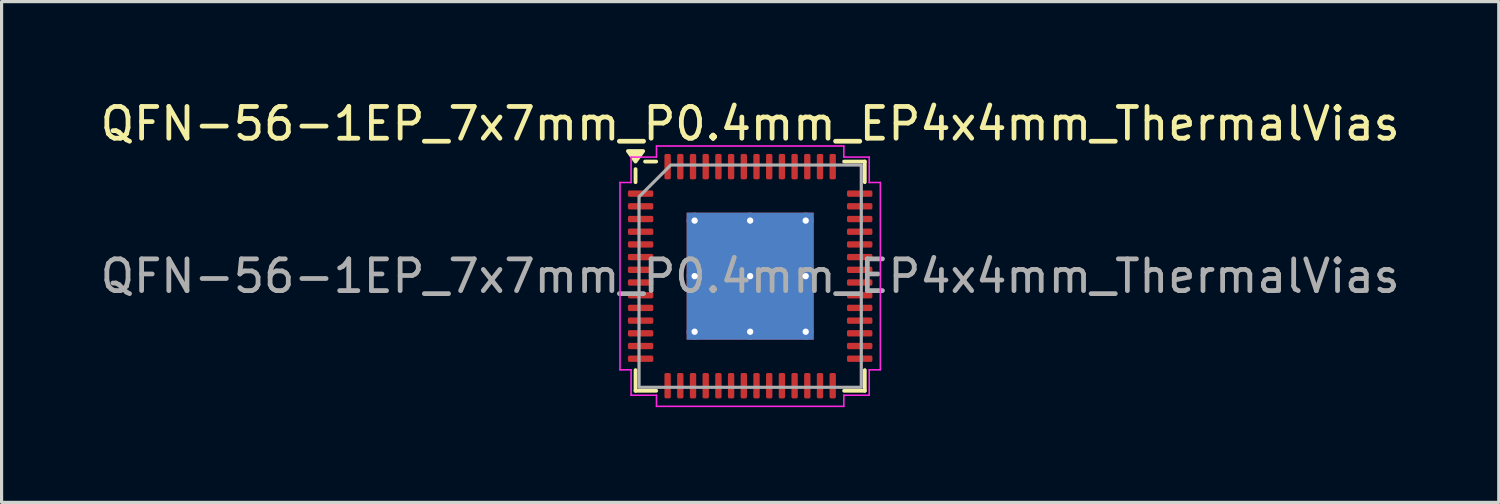
<source format=kicad_pcb>
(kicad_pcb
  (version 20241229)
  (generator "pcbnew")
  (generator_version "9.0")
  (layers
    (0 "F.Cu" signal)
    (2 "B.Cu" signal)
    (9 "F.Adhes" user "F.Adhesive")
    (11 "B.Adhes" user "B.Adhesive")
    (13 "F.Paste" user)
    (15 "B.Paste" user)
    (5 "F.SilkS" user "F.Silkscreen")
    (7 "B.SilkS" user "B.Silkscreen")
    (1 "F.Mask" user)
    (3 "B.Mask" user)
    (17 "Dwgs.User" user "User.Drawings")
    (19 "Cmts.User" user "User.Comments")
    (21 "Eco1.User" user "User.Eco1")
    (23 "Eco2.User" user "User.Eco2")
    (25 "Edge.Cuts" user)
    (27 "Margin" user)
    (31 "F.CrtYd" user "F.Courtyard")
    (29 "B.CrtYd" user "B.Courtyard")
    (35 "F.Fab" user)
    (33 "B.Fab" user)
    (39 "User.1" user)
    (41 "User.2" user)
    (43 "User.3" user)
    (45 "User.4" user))
  (footprint "QFN-56-1EP_7x7mm_P0.4mm_EP4x4mm_ThermalVias"
    (layer "F.Cu")
    (at 20.577 5.648)
    (property "Reference" "QFN-56-1EP_7x7mm_P0.4mm_EP4x4mm_ThermalVias" (at 0 -4.8 0) (layer "F.SilkS") (effects (font (size 1 1) (thickness 0.15))))
    (attr smd)
    (fp_line (start -3.61 -2.96) (end -3.61 -3.37) (stroke (width 0.12) (type solid)) (layer "F.SilkS"))
    (fp_line (start -3.61 3.61) (end -3.61 2.96) (stroke (width 0.12) (type solid)) (layer "F.SilkS"))
    (fp_line (start -2.96 -3.61) (end -3.31 -3.61) (stroke (width 0.12) (type solid)) (layer "F.SilkS"))
    (fp_line (start -2.96 3.61) (end -3.61 3.61) (stroke (width 0.12) (type solid)) (layer "F.SilkS"))
    (fp_line (start 2.96 -3.61) (end 3.61 -3.61) (stroke (width 0.12) (type solid)) (layer "F.SilkS"))
    (fp_line (start 2.96 3.61) (end 3.61 3.61) (stroke (width 0.12) (type solid)) (layer "F.SilkS"))
    (fp_line (start 3.61 -3.61) (end 3.61 -2.96) (stroke (width 0.12) (type solid)) (layer "F.SilkS"))
    (fp_line (start 3.61 3.61) (end 3.61 2.96) (stroke (width 0.12) (type solid)) (layer "F.SilkS"))
    (fp_poly (pts (xy -3.61 -3.61) (xy -3.85 -3.94) (xy -3.37 -3.94)) (stroke (width 0.12) (type solid)) (fill yes) (layer "F.SilkS"))
    (fp_line (start -4.1 -2.95) (end -3.75 -2.95) (stroke (width 0.05) (type solid)) (layer "F.CrtYd"))
    (fp_line (start -4.1 2.95) (end -4.1 -2.95) (stroke (width 0.05) (type solid)) (layer "F.CrtYd"))
    (fp_line (start -3.75 -3.75) (end -2.95 -3.75) (stroke (width 0.05) (type solid)) (layer "F.CrtYd"))
    (fp_line (start -3.75 -2.95) (end -3.75 -3.75) (stroke (width 0.05) (type solid)) (layer "F.CrtYd"))
    (fp_line (start -3.75 2.95) (end -4.1 2.95) (stroke (width 0.05) (type solid)) (layer "F.CrtYd"))
    (fp_line (start -3.75 3.75) (end -3.75 2.95) (stroke (width 0.05) (type solid)) (layer "F.CrtYd"))
    (fp_line (start -2.95 -4.1) (end 2.95 -4.1) (stroke (width 0.05) (type solid)) (layer "F.CrtYd"))
    (fp_line (start -2.95 -3.75) (end -2.95 -4.1) (stroke (width 0.05) (type solid)) (layer "F.CrtYd"))
    (fp_line (start -2.95 3.75) (end -3.75 3.75) (stroke (width 0.05) (type solid)) (layer "F.CrtYd"))
    (fp_line (start -2.95 4.1) (end -2.95 3.75) (stroke (width 0.05) (type solid)) (layer "F.CrtYd"))
    (fp_line (start 2.95 -4.1) (end 2.95 -3.75) (stroke (width 0.05) (type solid)) (layer "F.CrtYd"))
    (fp_line (start 2.95 -3.75) (end 3.75 -3.75) (stroke (width 0.05) (type solid)) (layer "F.CrtYd"))
    (fp_line (start 2.95 3.75) (end 2.95 4.1) (stroke (width 0.05) (type solid)) (layer "F.CrtYd"))
    (fp_line (start 2.95 4.1) (end -2.95 4.1) (stroke (width 0.05) (type solid)) (layer "F.CrtYd"))
    (fp_line (start 3.75 -3.75) (end 3.75 -2.95) (stroke (width 0.05) (type solid)) (layer "F.CrtYd"))
    (fp_line (start 3.75 -2.95) (end 4.1 -2.95) (stroke (width 0.05) (type solid)) (layer "F.CrtYd"))
    (fp_line (start 3.75 2.95) (end 3.75 3.75) (stroke (width 0.05) (type solid)) (layer "F.CrtYd"))
    (fp_line (start 3.75 3.75) (end 2.95 3.75) (stroke (width 0.05) (type solid)) (layer "F.CrtYd"))
    (fp_line (start 4.1 -2.95) (end 4.1 2.95) (stroke (width 0.05) (type solid)) (layer "F.CrtYd"))
    (fp_line (start 4.1 2.95) (end 3.75 2.95) (stroke (width 0.05) (type solid)) (layer "F.CrtYd"))
    (fp_poly (pts (xy -3.5 -2.5) (xy -3.5 3.5) (xy 3.5 3.5) (xy 3.5 -3.5) (xy -2.5 -3.5)) (stroke (width 0.1) (type solid)) (fill no) (layer "F.Fab"))
    (fp_text user "${REFERENCE}" (at 0 0 0) (layer "F.Fab") (effects (font (size 1 1) (thickness 0.15))))
    (pad "" smd roundrect (at -1.33 -1.33) (size 1.03 1.03) (layers "F.Paste") (roundrect_rratio 0.243))
    (pad "" smd roundrect (at -1.33 0) (size 1.03 1.03) (layers "F.Paste") (roundrect_rratio 0.243))
    (pad "" smd roundrect (at -1.33 1.33) (size 1.03 1.03) (layers "F.Paste") (roundrect_rratio 0.243))
    (pad "" smd roundrect (at 0 -1.33) (size 1.03 1.03) (layers "F.Paste") (roundrect_rratio 0.243))
    (pad "" smd roundrect (at 0 0) (size 1.03 1.03) (layers "F.Paste") (roundrect_rratio 0.243))
    (pad "" smd roundrect (at 0 1.33) (size 1.03 1.03) (layers "F.Paste") (roundrect_rratio 0.243))
    (pad "" smd roundrect (at 1.33 -1.33) (size 1.03 1.03) (layers "F.Paste") (roundrect_rratio 0.243))
    (pad "" smd roundrect (at 1.33 0) (size 1.03 1.03) (layers "F.Paste") (roundrect_rratio 0.243))
    (pad "" smd roundrect (at 1.33 1.33) (size 1.03 1.03) (layers "F.Paste") (roundrect_rratio 0.243))
    (pad "1" smd roundrect (at -3.45 -2.6) (size 0.8 0.2) (layers "F.Cu" "F.Mask" "F.Paste") (roundrect_rratio 0.25))
    (pad "2" smd roundrect (at -3.45 -2.2) (size 0.8 0.2) (layers "F.Cu" "F.Mask" "F.Paste") (roundrect_rratio 0.25))
    (pad "3" smd roundrect (at -3.45 -1.8) (size 0.8 0.2) (layers "F.Cu" "F.Mask" "F.Paste") (roundrect_rratio 0.25))
    (pad "4" smd roundrect (at -3.45 -1.4) (size 0.8 0.2) (layers "F.Cu" "F.Mask" "F.Paste") (roundrect_rratio 0.25))
    (pad "5" smd roundrect (at -3.45 -1) (size 0.8 0.2) (layers "F.Cu" "F.Mask" "F.Paste") (roundrect_rratio 0.25))
    (pad "6" smd roundrect (at -3.45 -0.6) (size 0.8 0.2) (layers "F.Cu" "F.Mask" "F.Paste") (roundrect_rratio 0.25))
    (pad "7" smd roundrect (at -3.45 -0.2) (size 0.8 0.2) (layers "F.Cu" "F.Mask" "F.Paste") (roundrect_rratio 0.25))
    (pad "8" smd roundrect (at -3.45 0.2) (size 0.8 0.2) (layers "F.Cu" "F.Mask" "F.Paste") (roundrect_rratio 0.25))
    (pad "9" smd roundrect (at -3.45 0.6) (size 0.8 0.2) (layers "F.Cu" "F.Mask" "F.Paste") (roundrect_rratio 0.25))
    (pad "10" smd roundrect (at -3.45 1) (size 0.8 0.2) (layers "F.Cu" "F.Mask" "F.Paste") (roundrect_rratio 0.25))
    (pad "11" smd roundrect (at -3.45 1.4) (size 0.8 0.2) (layers "F.Cu" "F.Mask" "F.Paste") (roundrect_rratio 0.25))
    (pad "12" smd roundrect (at -3.45 1.8) (size 0.8 0.2) (layers "F.Cu" "F.Mask" "F.Paste") (roundrect_rratio 0.25))
    (pad "13" smd roundrect (at -3.45 2.2) (size 0.8 0.2) (layers "F.Cu" "F.Mask" "F.Paste") (roundrect_rratio 0.25))
    (pad "14" smd roundrect (at -3.45 2.6) (size 0.8 0.2) (layers "F.Cu" "F.Mask" "F.Paste") (roundrect_rratio 0.25))
    (pad "15" smd roundrect (at -2.6 3.45) (size 0.2 0.8) (layers "F.Cu" "F.Mask" "F.Paste") (roundrect_rratio 0.25))
    (pad "16" smd roundrect (at -2.2 3.45) (size 0.2 0.8) (layers "F.Cu" "F.Mask" "F.Paste") (roundrect_rratio 0.25))
    (pad "17" smd roundrect (at -1.8 3.45) (size 0.2 0.8) (layers "F.Cu" "F.Mask" "F.Paste") (roundrect_rratio 0.25))
    (pad "18" smd roundrect (at -1.4 3.45) (size 0.2 0.8) (layers "F.Cu" "F.Mask" "F.Paste") (roundrect_rratio 0.25))
    (pad "19" smd roundrect (at -1 3.45) (size 0.2 0.8) (layers "F.Cu" "F.Mask" "F.Paste") (roundrect_rratio 0.25))
    (pad "20" smd roundrect (at -0.6 3.45) (size 0.2 0.8) (layers "F.Cu" "F.Mask" "F.Paste") (roundrect_rratio 0.25))
    (pad "21" smd roundrect (at -0.2 3.45) (size 0.2 0.8) (layers "F.Cu" "F.Mask" "F.Paste") (roundrect_rratio 0.25))
    (pad "22" smd roundrect (at 0.2 3.45) (size 0.2 0.8) (layers "F.Cu" "F.Mask" "F.Paste") (roundrect_rratio 0.25))
    (pad "23" smd roundrect (at 0.6 3.45) (size 0.2 0.8) (layers "F.Cu" "F.Mask" "F.Paste") (roundrect_rratio 0.25))
    (pad "24" smd roundrect (at 1 3.45) (size 0.2 0.8) (layers "F.Cu" "F.Mask" "F.Paste") (roundrect_rratio 0.25))
    (pad "25" smd roundrect (at 1.4 3.45) (size 0.2 0.8) (layers "F.Cu" "F.Mask" "F.Paste") (roundrect_rratio 0.25))
    (pad "26" smd roundrect (at 1.8 3.45) (size 0.2 0.8) (layers "F.Cu" "F.Mask" "F.Paste") (roundrect_rratio 0.25))
    (pad "27" smd roundrect (at 2.2 3.45) (size 0.2 0.8) (layers "F.Cu" "F.Mask" "F.Paste") (roundrect_rratio 0.25))
    (pad "28" smd roundrect (at 2.6 3.45) (size 0.2 0.8) (layers "F.Cu" "F.Mask" "F.Paste") (roundrect_rratio 0.25))
    (pad "29" smd roundrect (at 3.45 2.6) (size 0.8 0.2) (layers "F.Cu" "F.Mask" "F.Paste") (roundrect_rratio 0.25))
    (pad "30" smd roundrect (at 3.45 2.2) (size 0.8 0.2) (layers "F.Cu" "F.Mask" "F.Paste") (roundrect_rratio 0.25))
    (pad "31" smd roundrect (at 3.45 1.8) (size 0.8 0.2) (layers "F.Cu" "F.Mask" "F.Paste") (roundrect_rratio 0.25))
    (pad "32" smd roundrect (at 3.45 1.4) (size 0.8 0.2) (layers "F.Cu" "F.Mask" "F.Paste") (roundrect_rratio 0.25))
    (pad "33" smd roundrect (at 3.45 1) (size 0.8 0.2) (layers "F.Cu" "F.Mask" "F.Paste") (roundrect_rratio 0.25))
    (pad "34" smd roundrect (at 3.45 0.6) (size 0.8 0.2) (layers "F.Cu" "F.Mask" "F.Paste") (roundrect_rratio 0.25))
    (pad "35" smd roundrect (at 3.45 0.2) (size 0.8 0.2) (layers "F.Cu" "F.Mask" "F.Paste") (roundrect_rratio 0.25))
    (pad "36" smd roundrect (at 3.45 -0.2) (size 0.8 0.2) (layers "F.Cu" "F.Mask" "F.Paste") (roundrect_rratio 0.25))
    (pad "37" smd roundrect (at 3.45 -0.6) (size 0.8 0.2) (layers "F.Cu" "F.Mask" "F.Paste") (roundrect_rratio 0.25))
    (pad "38" smd roundrect (at 3.45 -1) (size 0.8 0.2) (layers "F.Cu" "F.Mask" "F.Paste") (roundrect_rratio 0.25))
    (pad "39" smd roundrect (at 3.45 -1.4) (size 0.8 0.2) (layers "F.Cu" "F.Mask" "F.Paste") (roundrect_rratio 0.25))
    (pad "40" smd roundrect (at 3.45 -1.8) (size 0.8 0.2) (layers "F.Cu" "F.Mask" "F.Paste") (roundrect_rratio 0.25))
    (pad "41" smd roundrect (at 3.45 -2.2) (size 0.8 0.2) (layers "F.Cu" "F.Mask" "F.Paste") (roundrect_rratio 0.25))
    (pad "42" smd roundrect (at 3.45 -2.6) (size 0.8 0.2) (layers "F.Cu" "F.Mask" "F.Paste") (roundrect_rratio 0.25))
    (pad "43" smd roundrect (at 2.6 -3.45) (size 0.2 0.8) (layers "F.Cu" "F.Mask" "F.Paste") (roundrect_rratio 0.25))
    (pad "44" smd roundrect (at 2.2 -3.45) (size 0.2 0.8) (layers "F.Cu" "F.Mask" "F.Paste") (roundrect_rratio 0.25))
    (pad "45" smd roundrect (at 1.8 -3.45) (size 0.2 0.8) (layers "F.Cu" "F.Mask" "F.Paste") (roundrect_rratio 0.25))
    (pad "46" smd roundrect (at 1.4 -3.45) (size 0.2 0.8) (layers "F.Cu" "F.Mask" "F.Paste") (roundrect_rratio 0.25))
    (pad "47" smd roundrect (at 1 -3.45) (size 0.2 0.8) (layers "F.Cu" "F.Mask" "F.Paste") (roundrect_rratio 0.25))
    (pad "48" smd roundrect (at 0.6 -3.45) (size 0.2 0.8) (layers "F.Cu" "F.Mask" "F.Paste") (roundrect_rratio 0.25))
    (pad "49" smd roundrect (at 0.2 -3.45) (size 0.2 0.8) (layers "F.Cu" "F.Mask" "F.Paste") (roundrect_rratio 0.25))
    (pad "50" smd roundrect (at -0.2 -3.45) (size 0.2 0.8) (layers "F.Cu" "F.Mask" "F.Paste") (roundrect_rratio 0.25))
    (pad "51" smd roundrect (at -0.6 -3.45) (size 0.2 0.8) (layers "F.Cu" "F.Mask" "F.Paste") (roundrect_rratio 0.25))
    (pad "52" smd roundrect (at -1 -3.45) (size 0.2 0.8) (layers "F.Cu" "F.Mask" "F.Paste") (roundrect_rratio 0.25))
    (pad "53" smd roundrect (at -1.4 -3.45) (size 0.2 0.8) (layers "F.Cu" "F.Mask" "F.Paste") (roundrect_rratio 0.25))
    (pad "54" smd roundrect (at -1.8 -3.45) (size 0.2 0.8) (layers "F.Cu" "F.Mask" "F.Paste") (roundrect_rratio 0.25))
    (pad "55" smd roundrect (at -2.2 -3.45) (size 0.2 0.8) (layers "F.Cu" "F.Mask" "F.Paste") (roundrect_rratio 0.25))
    (pad "56" smd roundrect (at -2.6 -3.45) (size 0.2 0.8) (layers "F.Cu" "F.Mask" "F.Paste") (roundrect_rratio 0.25))
    (pad "57" thru_hole circle (at -1.75 -1.75) (size 0.5 0.5) (drill 0.2) (property pad_prop_heatsink) (layers "*.Cu"))
    (pad "57" thru_hole circle (at -1.75 0) (size 0.5 0.5) (drill 0.2) (property pad_prop_heatsink) (layers "*.Cu"))
    (pad "57" thru_hole circle (at -1.75 1.75) (size 0.5 0.5) (drill 0.2) (property pad_prop_heatsink) (layers "*.Cu"))
    (pad "57" thru_hole circle (at 0 -1.75) (size 0.5 0.5) (drill 0.2) (property pad_prop_heatsink) (layers "*.Cu"))
    (pad "57" thru_hole circle (at 0 0) (size 0.5 0.5) (drill 0.2) (property pad_prop_heatsink) (layers "*.Cu"))
    (pad "57" smd rect (at 0 0) (size 4 4) (property pad_prop_heatsink) (layers "F.Cu" "F.Mask"))
    (pad "57" smd rect (at 0 0) (size 4 4) (property pad_prop_heatsink) (layers "B.Cu"))
    (pad "57" thru_hole circle (at 0 1.75) (size 0.5 0.5) (drill 0.2) (property pad_prop_heatsink) (layers "*.Cu"))
    (pad "57" thru_hole circle (at 1.75 -1.75) (size 0.5 0.5) (drill 0.2) (property pad_prop_heatsink) (layers "*.Cu"))
    (pad "57" thru_hole circle (at 1.75 0) (size 0.5 0.5) (drill 0.2) (property pad_prop_heatsink) (layers "*.Cu"))
    (pad "57" thru_hole circle (at 1.75 1.75) (size 0.5 0.5) (drill 0.2) (property pad_prop_heatsink) (layers "*.Cu")))
  (gr_rect
    (start -3 -3)
    (end 44.155 12.773)
    (stroke (width 0.1) (type default))
    (fill no)
    (layer "Edge.Cuts")))
</source>
